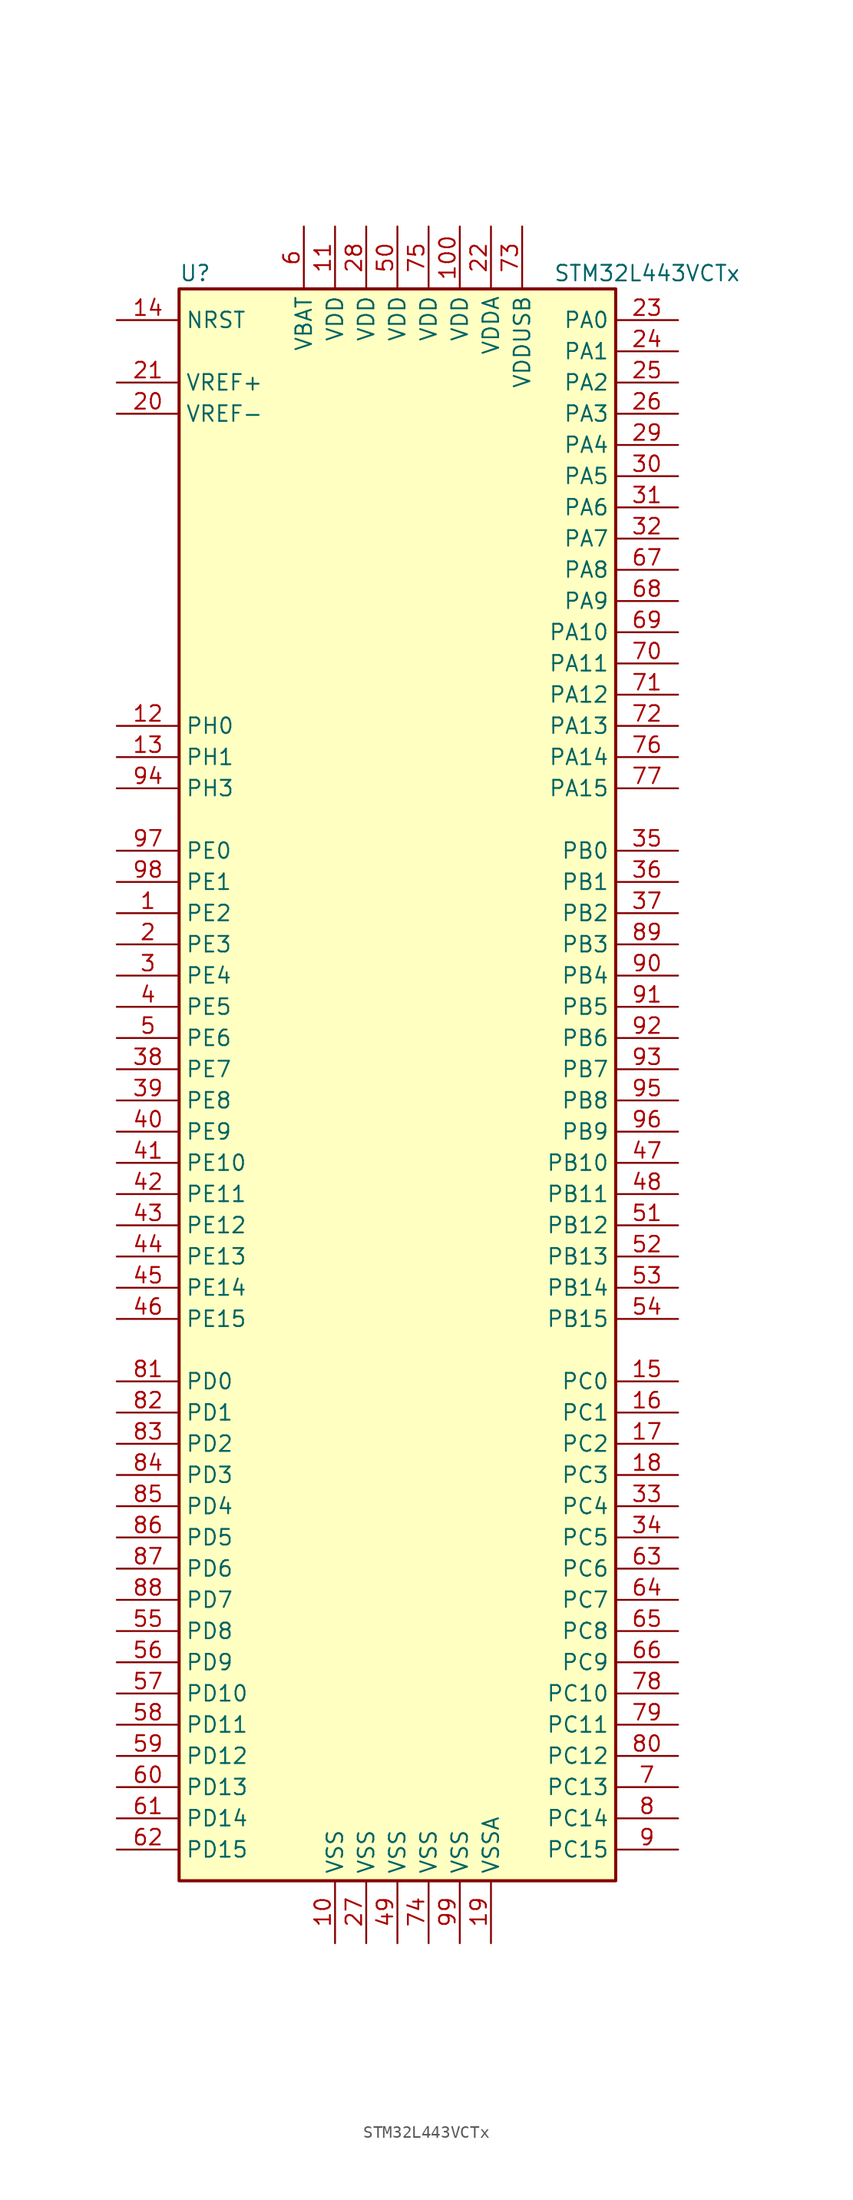
<source format=kicad_sym>
(kicad_symbol_lib
  (version 20220914)
  (generator kicad_symbol_editor)
  (symbol "STM32L443VCTx"
    (property "Reference" "U"
      (at -17.78 64.77 0)
      (effects (font (size 1.27 1.27)) (justify left)))
    (property "Value" "STM32L443VCTx"
      (at 12.7 64.77 0)
      (effects (font (size 1.27 1.27)) (justify left)))
    (symbol "STM32L443VCTx_0_1"
      (rectangle (start -17.78 -66.04) (end 17.78 63.5) (stroke (width 0.254) (type default)) (fill (type background))))
    (symbol "STM32L443VCTx_1_1"
      (pin bidirectional line (at -22.86 12.7 0) (length 5.08) (name "PE2" (effects (font (size 1.27 1.27)))) (number "1" (effects (font (size 1.27 1.27)))))
      (pin power_in line (at -5.08 -71.12 90) (length 5.08) (name "VSS" (effects (font (size 1.27 1.27)))) (number "10" (effects (font (size 1.27 1.27)))))
      (pin power_in line (at 5.08 68.58 270) (length 5.08) (name "VDD" (effects (font (size 1.27 1.27)))) (number "100" (effects (font (size 1.27 1.27)))))
      (pin power_in line (at -5.08 68.58 270) (length 5.08) (name "VDD" (effects (font (size 1.27 1.27)))) (number "11" (effects (font (size 1.27 1.27)))))
      (pin input line (at -22.86 27.94 0) (length 5.08) (name "PH0" (effects (font (size 1.27 1.27)))) (number "12" (effects (font (size 1.27 1.27)))))
      (pin input line (at -22.86 25.4 0) (length 5.08) (name "PH1" (effects (font (size 1.27 1.27)))) (number "13" (effects (font (size 1.27 1.27)))))
      (pin input line (at -22.86 60.96 0) (length 5.08) (name "NRST" (effects (font (size 1.27 1.27)))) (number "14" (effects (font (size 1.27 1.27)))))
      (pin bidirectional line (at 22.86 -25.4 180) (length 5.08) (name "PC0" (effects (font (size 1.27 1.27)))) (number "15" (effects (font (size 1.27 1.27)))))
      (pin bidirectional line (at 22.86 -27.94 180) (length 5.08) (name "PC1" (effects (font (size 1.27 1.27)))) (number "16" (effects (font (size 1.27 1.27)))))
      (pin bidirectional line (at 22.86 -30.48 180) (length 5.08) (name "PC2" (effects (font (size 1.27 1.27)))) (number "17" (effects (font (size 1.27 1.27)))))
      (pin bidirectional line (at 22.86 -33.02 180) (length 5.08) (name "PC3" (effects (font (size 1.27 1.27)))) (number "18" (effects (font (size 1.27 1.27)))))
      (pin power_in line (at 7.62 -71.12 90) (length 5.08) (name "VSSA" (effects (font (size 1.27 1.27)))) (number "19" (effects (font (size 1.27 1.27)))))
      (pin bidirectional line (at -22.86 10.16 0) (length 5.08) (name "PE3" (effects (font (size 1.27 1.27)))) (number "2" (effects (font (size 1.27 1.27)))))
      (pin power_in line (at -22.86 53.34 0) (length 5.08) (name "VREF-" (effects (font (size 1.27 1.27)))) (number "20" (effects (font (size 1.27 1.27)))))
      (pin bidirectional line (at -22.86 55.88 0) (length 5.08) (name "VREF+" (effects (font (size 1.27 1.27)))) (number "21" (effects (font (size 1.27 1.27)))))
      (pin power_in line (at 7.62 68.58 270) (length 5.08) (name "VDDA" (effects (font (size 1.27 1.27)))) (number "22" (effects (font (size 1.27 1.27)))))
      (pin bidirectional line (at 22.86 60.96 180) (length 5.08) (name "PA0" (effects (font (size 1.27 1.27)))) (number "23" (effects (font (size 1.27 1.27)))))
      (pin bidirectional line (at 22.86 58.42 180) (length 5.08) (name "PA1" (effects (font (size 1.27 1.27)))) (number "24" (effects (font (size 1.27 1.27)))))
      (pin bidirectional line (at 22.86 55.88 180) (length 5.08) (name "PA2" (effects (font (size 1.27 1.27)))) (number "25" (effects (font (size 1.27 1.27)))))
      (pin bidirectional line (at 22.86 53.34 180) (length 5.08) (name "PA3" (effects (font (size 1.27 1.27)))) (number "26" (effects (font (size 1.27 1.27)))))
      (pin power_in line (at -2.54 -71.12 90) (length 5.08) (name "VSS" (effects (font (size 1.27 1.27)))) (number "27" (effects (font (size 1.27 1.27)))))
      (pin power_in line (at -2.54 68.58 270) (length 5.08) (name "VDD" (effects (font (size 1.27 1.27)))) (number "28" (effects (font (size 1.27 1.27)))))
      (pin bidirectional line (at 22.86 50.8 180) (length 5.08) (name "PA4" (effects (font (size 1.27 1.27)))) (number "29" (effects (font (size 1.27 1.27)))))
      (pin bidirectional line (at -22.86 7.62 0) (length 5.08) (name "PE4" (effects (font (size 1.27 1.27)))) (number "3" (effects (font (size 1.27 1.27)))))
      (pin bidirectional line (at 22.86 48.26 180) (length 5.08) (name "PA5" (effects (font (size 1.27 1.27)))) (number "30" (effects (font (size 1.27 1.27)))))
      (pin bidirectional line (at 22.86 45.72 180) (length 5.08) (name "PA6" (effects (font (size 1.27 1.27)))) (number "31" (effects (font (size 1.27 1.27)))))
      (pin bidirectional line (at 22.86 43.18 180) (length 5.08) (name "PA7" (effects (font (size 1.27 1.27)))) (number "32" (effects (font (size 1.27 1.27)))))
      (pin bidirectional line (at 22.86 -35.56 180) (length 5.08) (name "PC4" (effects (font (size 1.27 1.27)))) (number "33" (effects (font (size 1.27 1.27)))))
      (pin bidirectional line (at 22.86 -38.1 180) (length 5.08) (name "PC5" (effects (font (size 1.27 1.27)))) (number "34" (effects (font (size 1.27 1.27)))))
      (pin bidirectional line (at 22.86 17.78 180) (length 5.08) (name "PB0" (effects (font (size 1.27 1.27)))) (number "35" (effects (font (size 1.27 1.27)))))
      (pin bidirectional line (at 22.86 15.24 180) (length 5.08) (name "PB1" (effects (font (size 1.27 1.27)))) (number "36" (effects (font (size 1.27 1.27)))))
      (pin bidirectional line (at 22.86 12.7 180) (length 5.08) (name "PB2" (effects (font (size 1.27 1.27)))) (number "37" (effects (font (size 1.27 1.27)))))
      (pin bidirectional line (at -22.86 0 0) (length 5.08) (name "PE7" (effects (font (size 1.27 1.27)))) (number "38" (effects (font (size 1.27 1.27)))))
      (pin bidirectional line (at -22.86 -2.54 0) (length 5.08) (name "PE8" (effects (font (size 1.27 1.27)))) (number "39" (effects (font (size 1.27 1.27)))))
      (pin bidirectional line (at -22.86 5.08 0) (length 5.08) (name "PE5" (effects (font (size 1.27 1.27)))) (number "4" (effects (font (size 1.27 1.27)))))
      (pin bidirectional line (at -22.86 -5.08 0) (length 5.08) (name "PE9" (effects (font (size 1.27 1.27)))) (number "40" (effects (font (size 1.27 1.27)))))
      (pin bidirectional line (at -22.86 -7.62 0) (length 5.08) (name "PE10" (effects (font (size 1.27 1.27)))) (number "41" (effects (font (size 1.27 1.27)))))
      (pin bidirectional line (at -22.86 -10.16 0) (length 5.08) (name "PE11" (effects (font (size 1.27 1.27)))) (number "42" (effects (font (size 1.27 1.27)))))
      (pin bidirectional line (at -22.86 -12.7 0) (length 5.08) (name "PE12" (effects (font (size 1.27 1.27)))) (number "43" (effects (font (size 1.27 1.27)))))
      (pin bidirectional line (at -22.86 -15.24 0) (length 5.08) (name "PE13" (effects (font (size 1.27 1.27)))) (number "44" (effects (font (size 1.27 1.27)))))
      (pin bidirectional line (at -22.86 -17.78 0) (length 5.08) (name "PE14" (effects (font (size 1.27 1.27)))) (number "45" (effects (font (size 1.27 1.27)))))
      (pin bidirectional line (at -22.86 -20.32 0) (length 5.08) (name "PE15" (effects (font (size 1.27 1.27)))) (number "46" (effects (font (size 1.27 1.27)))))
      (pin bidirectional line (at 22.86 -7.62 180) (length 5.08) (name "PB10" (effects (font (size 1.27 1.27)))) (number "47" (effects (font (size 1.27 1.27)))))
      (pin bidirectional line (at 22.86 -10.16 180) (length 5.08) (name "PB11" (effects (font (size 1.27 1.27)))) (number "48" (effects (font (size 1.27 1.27)))))
      (pin power_in line (at 0 -71.12 90) (length 5.08) (name "VSS" (effects (font (size 1.27 1.27)))) (number "49" (effects (font (size 1.27 1.27)))))
      (pin bidirectional line (at -22.86 2.54 0) (length 5.08) (name "PE6" (effects (font (size 1.27 1.27)))) (number "5" (effects (font (size 1.27 1.27)))))
      (pin power_in line (at 0 68.58 270) (length 5.08) (name "VDD" (effects (font (size 1.27 1.27)))) (number "50" (effects (font (size 1.27 1.27)))))
      (pin bidirectional line (at 22.86 -12.7 180) (length 5.08) (name "PB12" (effects (font (size 1.27 1.27)))) (number "51" (effects (font (size 1.27 1.27)))))
      (pin bidirectional line (at 22.86 -15.24 180) (length 5.08) (name "PB13" (effects (font (size 1.27 1.27)))) (number "52" (effects (font (size 1.27 1.27)))))
      (pin bidirectional line (at 22.86 -17.78 180) (length 5.08) (name "PB14" (effects (font (size 1.27 1.27)))) (number "53" (effects (font (size 1.27 1.27)))))
      (pin bidirectional line (at 22.86 -20.32 180) (length 5.08) (name "PB15" (effects (font (size 1.27 1.27)))) (number "54" (effects (font (size 1.27 1.27)))))
      (pin bidirectional line (at -22.86 -45.72 0) (length 5.08) (name "PD8" (effects (font (size 1.27 1.27)))) (number "55" (effects (font (size 1.27 1.27)))))
      (pin bidirectional line (at -22.86 -48.26 0) (length 5.08) (name "PD9" (effects (font (size 1.27 1.27)))) (number "56" (effects (font (size 1.27 1.27)))))
      (pin bidirectional line (at -22.86 -50.8 0) (length 5.08) (name "PD10" (effects (font (size 1.27 1.27)))) (number "57" (effects (font (size 1.27 1.27)))))
      (pin bidirectional line (at -22.86 -53.34 0) (length 5.08) (name "PD11" (effects (font (size 1.27 1.27)))) (number "58" (effects (font (size 1.27 1.27)))))
      (pin bidirectional line (at -22.86 -55.88 0) (length 5.08) (name "PD12" (effects (font (size 1.27 1.27)))) (number "59" (effects (font (size 1.27 1.27)))))
      (pin power_in line (at -7.62 68.58 270) (length 5.08) (name "VBAT" (effects (font (size 1.27 1.27)))) (number "6" (effects (font (size 1.27 1.27)))))
      (pin bidirectional line (at -22.86 -58.42 0) (length 5.08) (name "PD13" (effects (font (size 1.27 1.27)))) (number "60" (effects (font (size 1.27 1.27)))))
      (pin bidirectional line (at -22.86 -60.96 0) (length 5.08) (name "PD14" (effects (font (size 1.27 1.27)))) (number "61" (effects (font (size 1.27 1.27)))))
      (pin bidirectional line (at -22.86 -63.5 0) (length 5.08) (name "PD15" (effects (font (size 1.27 1.27)))) (number "62" (effects (font (size 1.27 1.27)))))
      (pin bidirectional line (at 22.86 -40.64 180) (length 5.08) (name "PC6" (effects (font (size 1.27 1.27)))) (number "63" (effects (font (size 1.27 1.27)))))
      (pin bidirectional line (at 22.86 -43.18 180) (length 5.08) (name "PC7" (effects (font (size 1.27 1.27)))) (number "64" (effects (font (size 1.27 1.27)))))
      (pin bidirectional line (at 22.86 -45.72 180) (length 5.08) (name "PC8" (effects (font (size 1.27 1.27)))) (number "65" (effects (font (size 1.27 1.27)))))
      (pin bidirectional line (at 22.86 -48.26 180) (length 5.08) (name "PC9" (effects (font (size 1.27 1.27)))) (number "66" (effects (font (size 1.27 1.27)))))
      (pin bidirectional line (at 22.86 40.64 180) (length 5.08) (name "PA8" (effects (font (size 1.27 1.27)))) (number "67" (effects (font (size 1.27 1.27)))))
      (pin bidirectional line (at 22.86 38.1 180) (length 5.08) (name "PA9" (effects (font (size 1.27 1.27)))) (number "68" (effects (font (size 1.27 1.27)))))
      (pin bidirectional line (at 22.86 35.56 180) (length 5.08) (name "PA10" (effects (font (size 1.27 1.27)))) (number "69" (effects (font (size 1.27 1.27)))))
      (pin bidirectional line (at 22.86 -58.42 180) (length 5.08) (name "PC13" (effects (font (size 1.27 1.27)))) (number "7" (effects (font (size 1.27 1.27)))))
      (pin bidirectional line (at 22.86 33.02 180) (length 5.08) (name "PA11" (effects (font (size 1.27 1.27)))) (number "70" (effects (font (size 1.27 1.27)))))
      (pin bidirectional line (at 22.86 30.48 180) (length 5.08) (name "PA12" (effects (font (size 1.27 1.27)))) (number "71" (effects (font (size 1.27 1.27)))))
      (pin bidirectional line (at 22.86 27.94 180) (length 5.08) (name "PA13" (effects (font (size 1.27 1.27)))) (number "72" (effects (font (size 1.27 1.27)))))
      (pin power_in line (at 10.16 68.58 270) (length 5.08) (name "VDDUSB" (effects (font (size 1.27 1.27)))) (number "73" (effects (font (size 1.27 1.27)))))
      (pin power_in line (at 2.54 -71.12 90) (length 5.08) (name "VSS" (effects (font (size 1.27 1.27)))) (number "74" (effects (font (size 1.27 1.27)))))
      (pin power_in line (at 2.54 68.58 270) (length 5.08) (name "VDD" (effects (font (size 1.27 1.27)))) (number "75" (effects (font (size 1.27 1.27)))))
      (pin bidirectional line (at 22.86 25.4 180) (length 5.08) (name "PA14" (effects (font (size 1.27 1.27)))) (number "76" (effects (font (size 1.27 1.27)))))
      (pin bidirectional line (at 22.86 22.86 180) (length 5.08) (name "PA15" (effects (font (size 1.27 1.27)))) (number "77" (effects (font (size 1.27 1.27)))))
      (pin bidirectional line (at 22.86 -50.8 180) (length 5.08) (name "PC10" (effects (font (size 1.27 1.27)))) (number "78" (effects (font (size 1.27 1.27)))))
      (pin bidirectional line (at 22.86 -53.34 180) (length 5.08) (name "PC11" (effects (font (size 1.27 1.27)))) (number "79" (effects (font (size 1.27 1.27)))))
      (pin bidirectional line (at 22.86 -60.96 180) (length 5.08) (name "PC14" (effects (font (size 1.27 1.27)))) (number "8" (effects (font (size 1.27 1.27)))))
      (pin bidirectional line (at 22.86 -55.88 180) (length 5.08) (name "PC12" (effects (font (size 1.27 1.27)))) (number "80" (effects (font (size 1.27 1.27)))))
      (pin bidirectional line (at -22.86 -25.4 0) (length 5.08) (name "PD0" (effects (font (size 1.27 1.27)))) (number "81" (effects (font (size 1.27 1.27)))))
      (pin bidirectional line (at -22.86 -27.94 0) (length 5.08) (name "PD1" (effects (font (size 1.27 1.27)))) (number "82" (effects (font (size 1.27 1.27)))))
      (pin bidirectional line (at -22.86 -30.48 0) (length 5.08) (name "PD2" (effects (font (size 1.27 1.27)))) (number "83" (effects (font (size 1.27 1.27)))))
      (pin bidirectional line (at -22.86 -33.02 0) (length 5.08) (name "PD3" (effects (font (size 1.27 1.27)))) (number "84" (effects (font (size 1.27 1.27)))))
      (pin bidirectional line (at -22.86 -35.56 0) (length 5.08) (name "PD4" (effects (font (size 1.27 1.27)))) (number "85" (effects (font (size 1.27 1.27)))))
      (pin bidirectional line (at -22.86 -38.1 0) (length 5.08) (name "PD5" (effects (font (size 1.27 1.27)))) (number "86" (effects (font (size 1.27 1.27)))))
      (pin bidirectional line (at -22.86 -40.64 0) (length 5.08) (name "PD6" (effects (font (size 1.27 1.27)))) (number "87" (effects (font (size 1.27 1.27)))))
      (pin bidirectional line (at -22.86 -43.18 0) (length 5.08) (name "PD7" (effects (font (size 1.27 1.27)))) (number "88" (effects (font (size 1.27 1.27)))))
      (pin bidirectional line (at 22.86 10.16 180) (length 5.08) (name "PB3" (effects (font (size 1.27 1.27)))) (number "89" (effects (font (size 1.27 1.27)))))
      (pin bidirectional line (at 22.86 -63.5 180) (length 5.08) (name "PC15" (effects (font (size 1.27 1.27)))) (number "9" (effects (font (size 1.27 1.27)))))
      (pin bidirectional line (at 22.86 7.62 180) (length 5.08) (name "PB4" (effects (font (size 1.27 1.27)))) (number "90" (effects (font (size 1.27 1.27)))))
      (pin bidirectional line (at 22.86 5.08 180) (length 5.08) (name "PB5" (effects (font (size 1.27 1.27)))) (number "91" (effects (font (size 1.27 1.27)))))
      (pin bidirectional line (at 22.86 2.54 180) (length 5.08) (name "PB6" (effects (font (size 1.27 1.27)))) (number "92" (effects (font (size 1.27 1.27)))))
      (pin bidirectional line (at 22.86 0 180) (length 5.08) (name "PB7" (effects (font (size 1.27 1.27)))) (number "93" (effects (font (size 1.27 1.27)))))
      (pin bidirectional line (at -22.86 22.86 0) (length 5.08) (name "PH3" (effects (font (size 1.27 1.27)))) (number "94" (effects (font (size 1.27 1.27)))))
      (pin bidirectional line (at 22.86 -2.54 180) (length 5.08) (name "PB8" (effects (font (size 1.27 1.27)))) (number "95" (effects (font (size 1.27 1.27)))))
      (pin bidirectional line (at 22.86 -5.08 180) (length 5.08) (name "PB9" (effects (font (size 1.27 1.27)))) (number "96" (effects (font (size 1.27 1.27)))))
      (pin bidirectional line (at -22.86 17.78 0) (length 5.08) (name "PE0" (effects (font (size 1.27 1.27)))) (number "97" (effects (font (size 1.27 1.27)))))
      (pin bidirectional line (at -22.86 15.24 0) (length 5.08) (name "PE1" (effects (font (size 1.27 1.27)))) (number "98" (effects (font (size 1.27 1.27)))))
      (pin power_in line (at 5.08 -71.12 90) (length 5.08) (name "VSS" (effects (font (size 1.27 1.27)))) (number "99" (effects (font (size 1.27 1.27))))))))
</source>
